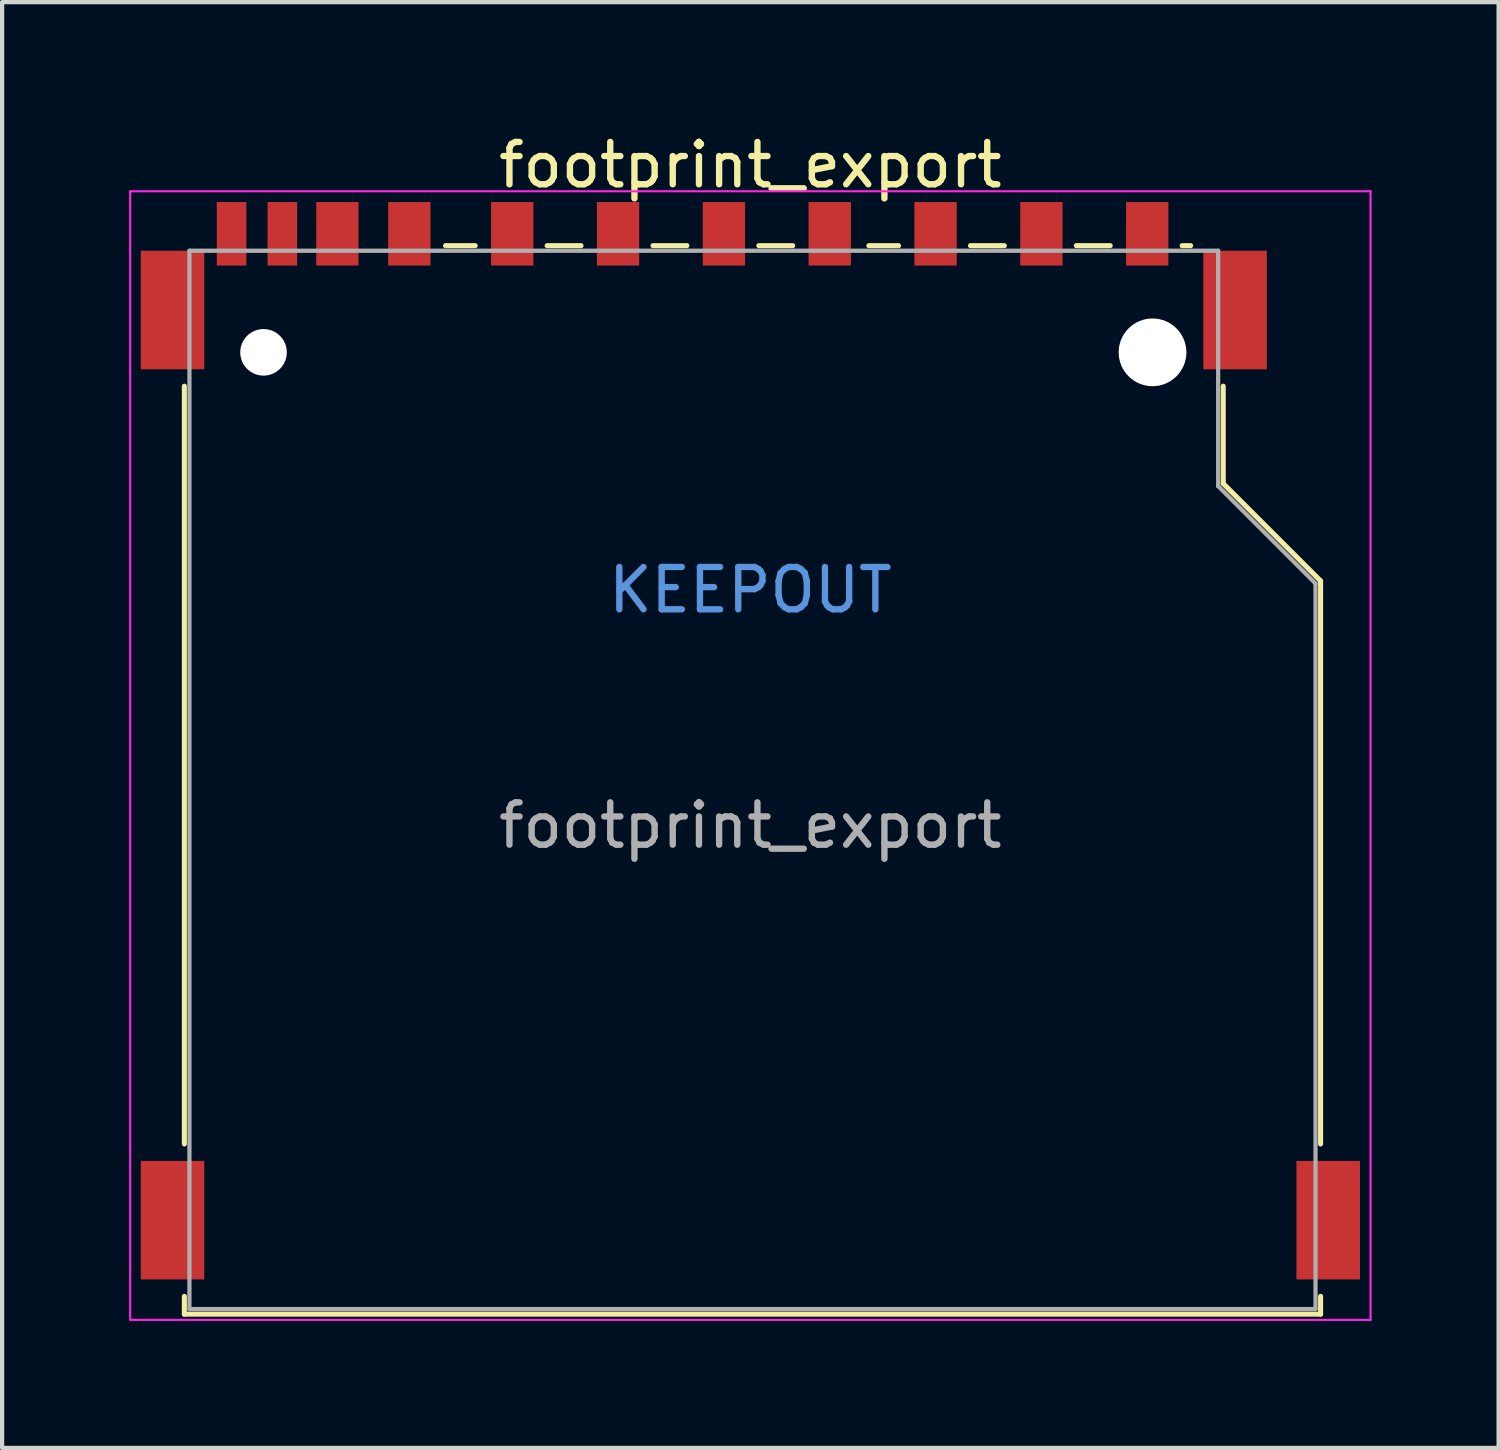
<source format=kicad_pcb>
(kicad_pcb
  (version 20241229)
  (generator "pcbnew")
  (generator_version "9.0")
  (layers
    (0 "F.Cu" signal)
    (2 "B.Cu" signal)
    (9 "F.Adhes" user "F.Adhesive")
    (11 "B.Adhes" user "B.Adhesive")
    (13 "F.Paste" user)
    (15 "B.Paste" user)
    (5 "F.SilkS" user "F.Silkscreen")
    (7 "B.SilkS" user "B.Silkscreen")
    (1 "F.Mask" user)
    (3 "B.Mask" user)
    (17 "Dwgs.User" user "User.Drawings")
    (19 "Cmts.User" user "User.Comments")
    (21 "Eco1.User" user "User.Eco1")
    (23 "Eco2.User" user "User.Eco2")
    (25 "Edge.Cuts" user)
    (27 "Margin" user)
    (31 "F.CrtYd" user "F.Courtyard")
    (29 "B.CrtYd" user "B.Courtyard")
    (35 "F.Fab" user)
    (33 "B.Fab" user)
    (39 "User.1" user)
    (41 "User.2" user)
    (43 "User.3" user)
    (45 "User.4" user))
  (footprint "footprint_export"
    (layer "F.Cu")
    (at 14.675 14.448)
    (property "Reference" "footprint_export" (at 0 -13.6 0) (layer "F.SilkS") (effects (font (size 1 1) (thickness 0.15))))
    (attr smd)
    (fp_line (start -13.37 -8.375) (end -13.37 9.525) (stroke (width 0.12) (type solid)) (layer "F.SilkS"))
    (fp_line (start -13.37 13.125) (end -13.37 13.545) (stroke (width 0.12) (type solid)) (layer "F.SilkS"))
    (fp_line (start -13.37 13.545) (end 13.47 13.545) (stroke (width 0.12) (type solid)) (layer "F.SilkS"))
    (fp_line (start -7.2 -11.695) (end -6.5 -11.695) (stroke (width 0.12) (type solid)) (layer "F.SilkS"))
    (fp_line (start -4.8 -11.695) (end -4 -11.695) (stroke (width 0.12) (type solid)) (layer "F.SilkS"))
    (fp_line (start -2.3 -11.695) (end -1.5 -11.695) (stroke (width 0.12) (type solid)) (layer "F.SilkS"))
    (fp_line (start 0.2 -11.695) (end 1 -11.695) (stroke (width 0.12) (type solid)) (layer "F.SilkS"))
    (fp_line (start 2.8 -11.695) (end 3.5 -11.695) (stroke (width 0.12) (type solid)) (layer "F.SilkS"))
    (fp_line (start 5.2 -11.695) (end 6 -11.695) (stroke (width 0.12) (type solid)) (layer "F.SilkS"))
    (fp_line (start 7.7 -11.695) (end 8.5 -11.695) (stroke (width 0.12) (type solid)) (layer "F.SilkS"))
    (fp_line (start 10.2 -11.695) (end 10.4 -11.695) (stroke (width 0.12) (type solid)) (layer "F.SilkS"))
    (fp_line (start 11.17 -8.375) (end 11.17 -6.075) (stroke (width 0.12) (type solid)) (layer "F.SilkS"))
    (fp_line (start 11.17 -6.075) (end 13.47 -3.775) (stroke (width 0.12) (type solid)) (layer "F.SilkS"))
    (fp_line (start 13.47 -3.775) (end 13.47 9.525) (stroke (width 0.12) (type solid)) (layer "F.SilkS"))
    (fp_line (start 13.47 13.545) (end 13.47 13.125) (stroke (width 0.12) (type solid)) (layer "F.SilkS"))
    (fp_line (start -14.65 -12.98) (end -14.65 13.68) (stroke (width 0.05) (type solid)) (layer "F.CrtYd"))
    (fp_line (start -14.65 -12.98) (end 14.65 -12.98) (stroke (width 0.05) (type solid)) (layer "F.CrtYd"))
    (fp_line (start 14.65 13.68) (end -14.65 13.68) (stroke (width 0.05) (type solid)) (layer "F.CrtYd"))
    (fp_line (start 14.65 13.68) (end 14.65 -12.98) (stroke (width 0.05) (type solid)) (layer "F.CrtYd"))
    (fp_line (start -13.25 -11.575) (end -13.25 13.425) (stroke (width 0.1) (type solid)) (layer "F.Fab"))
    (fp_line (start -13.25 13.425) (end 13.35 13.425) (stroke (width 0.1) (type solid)) (layer "F.Fab"))
    (fp_line (start 11.05 -11.575) (end -13.25 -11.575) (stroke (width 0.1) (type solid)) (layer "F.Fab"))
    (fp_line (start 11.05 -6.015) (end 11.05 -11.575) (stroke (width 0.1) (type solid)) (layer "F.Fab"))
    (fp_line (start 13.35 -3.715) (end 11.05 -6.015) (stroke (width 0.1) (type solid)) (layer "F.Fab"))
    (fp_line (start 13.35 13.425) (end 13.35 -3.715) (stroke (width 0.1) (type solid)) (layer "F.Fab"))
    (fp_text user "KEEPOUT" (at 0 -3.56 0) (layer "Cmts.User") (effects (font (size 1 1) (thickness 0.15))))
    (fp_text user "${REFERENCE}" (at 0 2 0) (layer "F.Fab") (effects (font (size 1 1) (thickness 0.15))))
    (pad "" np_thru_hole circle (at -11.5 -9.175) (size 1.1 1.1) (drill 1.1) (layers "*.Cu" "*.Mask"))
    (pad "" np_thru_hole circle (at 9.5 -9.175) (size 1.6 1.6) (drill 1.6) (layers "*.Cu" "*.Mask"))
    (pad "1" smd rect (at 6.875 -11.975) (size 1 1.5) (layers "F.Cu" "F.Mask" "F.Paste"))
    (pad "2" smd rect (at 4.375 -11.975) (size 1 1.5) (layers "F.Cu" "F.Mask" "F.Paste"))
    (pad "3" smd rect (at 1.875 -11.975) (size 1 1.5) (layers "F.Cu" "F.Mask" "F.Paste"))
    (pad "4" smd rect (at -0.625 -11.975) (size 1 1.5) (layers "F.Cu" "F.Mask" "F.Paste"))
    (pad "5" smd rect (at -3.125 -11.975) (size 1 1.5) (layers "F.Cu" "F.Mask" "F.Paste"))
    (pad "6" smd rect (at -5.625 -11.975) (size 1 1.5) (layers "F.Cu" "F.Mask" "F.Paste"))
    (pad "7" smd rect (at -8.055 -11.975) (size 1 1.5) (layers "F.Cu" "F.Mask" "F.Paste"))
    (pad "8" smd rect (at -9.755 -11.975) (size 1 1.5) (layers "F.Cu" "F.Mask" "F.Paste"))
    (pad "9" smd rect (at 9.375 -11.975) (size 1 1.5) (layers "F.Cu" "F.Mask" "F.Paste"))
    (pad "10" smd rect (at -11.055 -11.975) (size 0.7 1.5) (layers "F.Cu" "F.Mask" "F.Paste"))
    (pad "11" smd rect (at -12.255 -11.975) (size 0.7 1.5) (layers "F.Cu" "F.Mask" "F.Paste"))
    (pad "12" smd rect (at -13.65 -10.175) (size 1.5 2.8) (layers "F.Cu" "F.Mask" "F.Paste"))
    (pad "12" smd rect (at -13.65 11.325) (size 1.5 2.8) (layers "F.Cu" "F.Mask" "F.Paste"))
    (pad "12" smd rect (at 11.45 -10.175) (size 1.5 2.8) (layers "F.Cu" "F.Mask" "F.Paste"))
    (pad "12" smd rect (at 13.65 11.325) (size 1.5 2.8) (layers "F.Cu" "F.Mask" "F.Paste"))
    (zone (net_name "") (layer "F.Cu") (hatch full 0.508) (connect_pads) (min_thickness 0.254) (filled_areas_thickness no) (keepout (tracks not_allowed) (vias not_allowed) (pads not_allowed) (copperpour not_allowed) (footprints not_allowed)) (placement (enabled no)) (fill) (polygon (pts (xy 4.005 15.323) (xy 24.975 15.323) (xy 24.975 6.373) (xy 4.005 6.373)))))
  (gr_rect
    (start -3 -3)
    (end 32.35 31.153)
    (stroke (width 0.1) (type default))
    (fill no)
    (layer "Edge.Cuts")))
</source>
